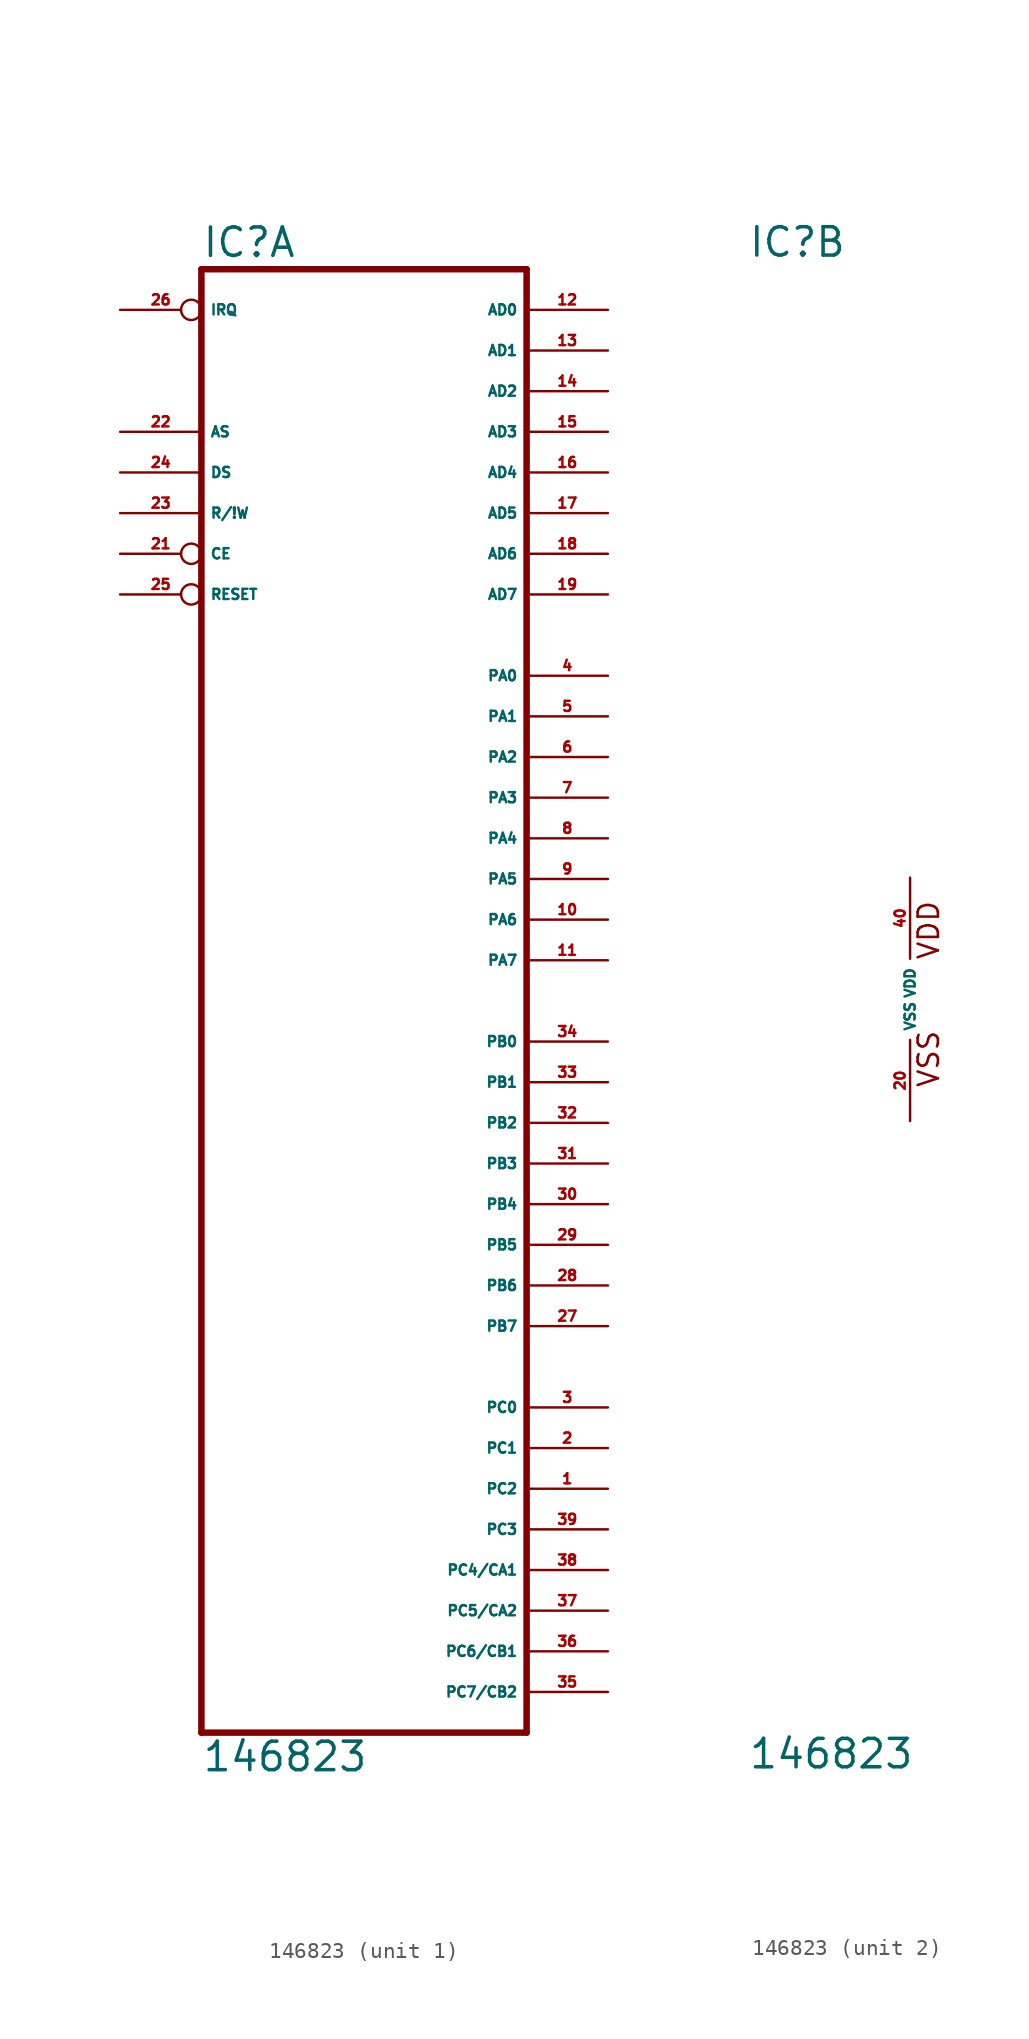
<source format=kicad_sym>
(kicad_symbol_lib
  (version 20220914)
  (generator Eagle2Kicad)
  (symbol "146823"
    (property "Reference" "IC"
      (at -10.16 46.355 0)
      (effects (font (size 1.778 1.778) (thickness 0.22)) (justify left bottom)))
    (property "Value" "146823"
      (at -10.16 -48.26 0)
      (effects (font (size 1.778 1.778) (thickness 0.22)) (justify left bottom)))
    (symbol "146823_1_0"
      (polyline (pts (xy -10.16 -45.72) (xy 10.16 -45.72)) (stroke (width 0.406) (type default)) (fill (type none)))
      (polyline (pts (xy 10.16 -45.72) (xy 10.16 45.72)) (stroke (width 0.406) (type default)) (fill (type none)))
      (polyline (pts (xy 10.16 45.72) (xy -10.16 45.72)) (stroke (width 0.406) (type default)) (fill (type none)))
      (polyline (pts (xy -10.16 45.72) (xy -10.16 -45.72)) (stroke (width 0.406) (type default)) (fill (type none)))
      (pin bidirectional line (at 15.24 -30.48 180) (length 5.08) (name "PC2" (effects (font (size 0.635 0.635) (thickness 0.08)) (justify left bottom))) (number "1" (effects (font (size 0.635 0.635) (thickness 0.08)) (justify left bottom))))
      (pin bidirectional line (at 15.24 -27.94 180) (length 5.08) (name "PC1" (effects (font (size 0.635 0.635) (thickness 0.08)) (justify left bottom))) (number "2" (effects (font (size 0.635 0.635) (thickness 0.08)) (justify left bottom))))
      (pin bidirectional line (at 15.24 -25.4 180) (length 5.08) (name "PC0" (effects (font (size 0.635 0.635) (thickness 0.08)) (justify left bottom))) (number "3" (effects (font (size 0.635 0.635) (thickness 0.08)) (justify left bottom))))
      (pin bidirectional line (at 15.24 20.32 180) (length 5.08) (name "PA0" (effects (font (size 0.635 0.635) (thickness 0.08)) (justify left bottom))) (number "4" (effects (font (size 0.635 0.635) (thickness 0.08)) (justify left bottom))))
      (pin bidirectional line (at 15.24 17.78 180) (length 5.08) (name "PA1" (effects (font (size 0.635 0.635) (thickness 0.08)) (justify left bottom))) (number "5" (effects (font (size 0.635 0.635) (thickness 0.08)) (justify left bottom))))
      (pin bidirectional line (at 15.24 15.24 180) (length 5.08) (name "PA2" (effects (font (size 0.635 0.635) (thickness 0.08)) (justify left bottom))) (number "6" (effects (font (size 0.635 0.635) (thickness 0.08)) (justify left bottom))))
      (pin bidirectional line (at 15.24 12.7 180) (length 5.08) (name "PA3" (effects (font (size 0.635 0.635) (thickness 0.08)) (justify left bottom))) (number "7" (effects (font (size 0.635 0.635) (thickness 0.08)) (justify left bottom))))
      (pin bidirectional line (at 15.24 10.16 180) (length 5.08) (name "PA4" (effects (font (size 0.635 0.635) (thickness 0.08)) (justify left bottom))) (number "8" (effects (font (size 0.635 0.635) (thickness 0.08)) (justify left bottom))))
      (pin bidirectional line (at 15.24 7.62 180) (length 5.08) (name "PA5" (effects (font (size 0.635 0.635) (thickness 0.08)) (justify left bottom))) (number "9" (effects (font (size 0.635 0.635) (thickness 0.08)) (justify left bottom))))
      (pin bidirectional line (at 15.24 5.08 180) (length 5.08) (name "PA6" (effects (font (size 0.635 0.635) (thickness 0.08)) (justify left bottom))) (number "10" (effects (font (size 0.635 0.635) (thickness 0.08)) (justify left bottom))))
      (pin bidirectional line (at 15.24 2.54 180) (length 5.08) (name "PA7" (effects (font (size 0.635 0.635) (thickness 0.08)) (justify left bottom))) (number "11" (effects (font (size 0.635 0.635) (thickness 0.08)) (justify left bottom))))
      (pin bidirectional line (at 15.24 43.18 180) (length 5.08) (name "AD0" (effects (font (size 0.635 0.635) (thickness 0.08)) (justify left bottom))) (number "12" (effects (font (size 0.635 0.635) (thickness 0.08)) (justify left bottom))))
      (pin bidirectional line (at 15.24 40.64 180) (length 5.08) (name "AD1" (effects (font (size 0.635 0.635) (thickness 0.08)) (justify left bottom))) (number "13" (effects (font (size 0.635 0.635) (thickness 0.08)) (justify left bottom))))
      (pin bidirectional line (at 15.24 38.1 180) (length 5.08) (name "AD2" (effects (font (size 0.635 0.635) (thickness 0.08)) (justify left bottom))) (number "14" (effects (font (size 0.635 0.635) (thickness 0.08)) (justify left bottom))))
      (pin bidirectional line (at 15.24 35.56 180) (length 5.08) (name "AD3" (effects (font (size 0.635 0.635) (thickness 0.08)) (justify left bottom))) (number "15" (effects (font (size 0.635 0.635) (thickness 0.08)) (justify left bottom))))
      (pin bidirectional line (at 15.24 33.02 180) (length 5.08) (name "AD4" (effects (font (size 0.635 0.635) (thickness 0.08)) (justify left bottom))) (number "16" (effects (font (size 0.635 0.635) (thickness 0.08)) (justify left bottom))))
      (pin bidirectional line (at 15.24 30.48 180) (length 5.08) (name "AD5" (effects (font (size 0.635 0.635) (thickness 0.08)) (justify left bottom))) (number "17" (effects (font (size 0.635 0.635) (thickness 0.08)) (justify left bottom))))
      (pin bidirectional line (at 15.24 27.94 180) (length 5.08) (name "AD6" (effects (font (size 0.635 0.635) (thickness 0.08)) (justify left bottom))) (number "18" (effects (font (size 0.635 0.635) (thickness 0.08)) (justify left bottom))))
      (pin bidirectional line (at 15.24 25.4 180) (length 5.08) (name "AD7" (effects (font (size 0.635 0.635) (thickness 0.08)) (justify left bottom))) (number "19" (effects (font (size 0.635 0.635) (thickness 0.08)) (justify left bottom))))
      (pin input inverted (at -15.24 27.94 0) (length 5.08) (name "CE" (effects (font (size 0.635 0.635) (thickness 0.08)) (justify left bottom))) (number "21" (effects (font (size 0.635 0.635) (thickness 0.08)) (justify left bottom))))
      (pin input line (at -15.24 35.56 0) (length 5.08) (name "AS" (effects (font (size 0.635 0.635) (thickness 0.08)) (justify left bottom))) (number "22" (effects (font (size 0.635 0.635) (thickness 0.08)) (justify left bottom))))
      (pin input line (at -15.24 30.48 0) (length 5.08) (name "R/!W" (effects (font (size 0.635 0.635) (thickness 0.08)) (justify left bottom))) (number "23" (effects (font (size 0.635 0.635) (thickness 0.08)) (justify left bottom))))
      (pin input line (at -15.24 33.02 0) (length 5.08) (name "DS" (effects (font (size 0.635 0.635) (thickness 0.08)) (justify left bottom))) (number "24" (effects (font (size 0.635 0.635) (thickness 0.08)) (justify left bottom))))
      (pin input inverted (at -15.24 25.4 0) (length 5.08) (name "RESET" (effects (font (size 0.635 0.635) (thickness 0.08)) (justify left bottom))) (number "25" (effects (font (size 0.635 0.635) (thickness 0.08)) (justify left bottom))))
      (pin output inverted (at -15.24 43.18 0) (length 5.08) (name "IRQ" (effects (font (size 0.635 0.635) (thickness 0.08)) (justify left bottom))) (number "26" (effects (font (size 0.635 0.635) (thickness 0.08)) (justify left bottom))))
      (pin bidirectional line (at 15.24 -20.32 180) (length 5.08) (name "PB7" (effects (font (size 0.635 0.635) (thickness 0.08)) (justify left bottom))) (number "27" (effects (font (size 0.635 0.635) (thickness 0.08)) (justify left bottom))))
      (pin bidirectional line (at 15.24 -17.78 180) (length 5.08) (name "PB6" (effects (font (size 0.635 0.635) (thickness 0.08)) (justify left bottom))) (number "28" (effects (font (size 0.635 0.635) (thickness 0.08)) (justify left bottom))))
      (pin bidirectional line (at 15.24 -15.24 180) (length 5.08) (name "PB5" (effects (font (size 0.635 0.635) (thickness 0.08)) (justify left bottom))) (number "29" (effects (font (size 0.635 0.635) (thickness 0.08)) (justify left bottom))))
      (pin bidirectional line (at 15.24 -12.7 180) (length 5.08) (name "PB4" (effects (font (size 0.635 0.635) (thickness 0.08)) (justify left bottom))) (number "30" (effects (font (size 0.635 0.635) (thickness 0.08)) (justify left bottom))))
      (pin bidirectional line (at 15.24 -10.16 180) (length 5.08) (name "PB3" (effects (font (size 0.635 0.635) (thickness 0.08)) (justify left bottom))) (number "31" (effects (font (size 0.635 0.635) (thickness 0.08)) (justify left bottom))))
      (pin bidirectional line (at 15.24 -7.62 180) (length 5.08) (name "PB2" (effects (font (size 0.635 0.635) (thickness 0.08)) (justify left bottom))) (number "32" (effects (font (size 0.635 0.635) (thickness 0.08)) (justify left bottom))))
      (pin bidirectional line (at 15.24 -5.08 180) (length 5.08) (name "PB1" (effects (font (size 0.635 0.635) (thickness 0.08)) (justify left bottom))) (number "33" (effects (font (size 0.635 0.635) (thickness 0.08)) (justify left bottom))))
      (pin bidirectional line (at 15.24 -2.54 180) (length 5.08) (name "PB0" (effects (font (size 0.635 0.635) (thickness 0.08)) (justify left bottom))) (number "34" (effects (font (size 0.635 0.635) (thickness 0.08)) (justify left bottom))))
      (pin bidirectional line (at 15.24 -43.18 180) (length 5.08) (name "PC7/CB2" (effects (font (size 0.635 0.635) (thickness 0.08)) (justify left bottom))) (number "35" (effects (font (size 0.635 0.635) (thickness 0.08)) (justify left bottom))))
      (pin bidirectional line (at 15.24 -40.64 180) (length 5.08) (name "PC6/CB1" (effects (font (size 0.635 0.635) (thickness 0.08)) (justify left bottom))) (number "36" (effects (font (size 0.635 0.635) (thickness 0.08)) (justify left bottom))))
      (pin bidirectional line (at 15.24 -38.1 180) (length 5.08) (name "PC5/CA2" (effects (font (size 0.635 0.635) (thickness 0.08)) (justify left bottom))) (number "37" (effects (font (size 0.635 0.635) (thickness 0.08)) (justify left bottom))))
      (pin bidirectional line (at 15.24 -35.56 180) (length 5.08) (name "PC4/CA1" (effects (font (size 0.635 0.635) (thickness 0.08)) (justify left bottom))) (number "38" (effects (font (size 0.635 0.635) (thickness 0.08)) (justify left bottom))))
      (pin bidirectional line (at 15.24 -33.02 180) (length 5.08) (name "PC3" (effects (font (size 0.635 0.635) (thickness 0.08)) (justify left bottom))) (number "39" (effects (font (size 0.635 0.635) (thickness 0.08)) (justify left bottom)))))
    (symbol "146823_2_0"
      (text "VSS" (at 1.905 -5.588 900) (effects (font (size 1.27 1.27) (thickness 0.16)) (justify left bottom)))
      (text "VDD" (at 1.905 2.413 900) (effects (font (size 1.27 1.27) (thickness 0.16)) (justify left bottom)))
      (pin unspecified line (at 0 -7.62 90) (length 5.08) (name "VSS" (effects (font (size 0.635 0.635) (thickness 0.08)) (justify left bottom))) (number "20" (effects (font (size 0.635 0.635) (thickness 0.08)) (justify left bottom))))
      (pin unspecified line (at 0 7.62 270) (length 5.08) (name "VDD" (effects (font (size 0.635 0.635) (thickness 0.08)) (justify left bottom))) (number "40" (effects (font (size 0.635 0.635) (thickness 0.08)) (justify left bottom)))))))
</source>
